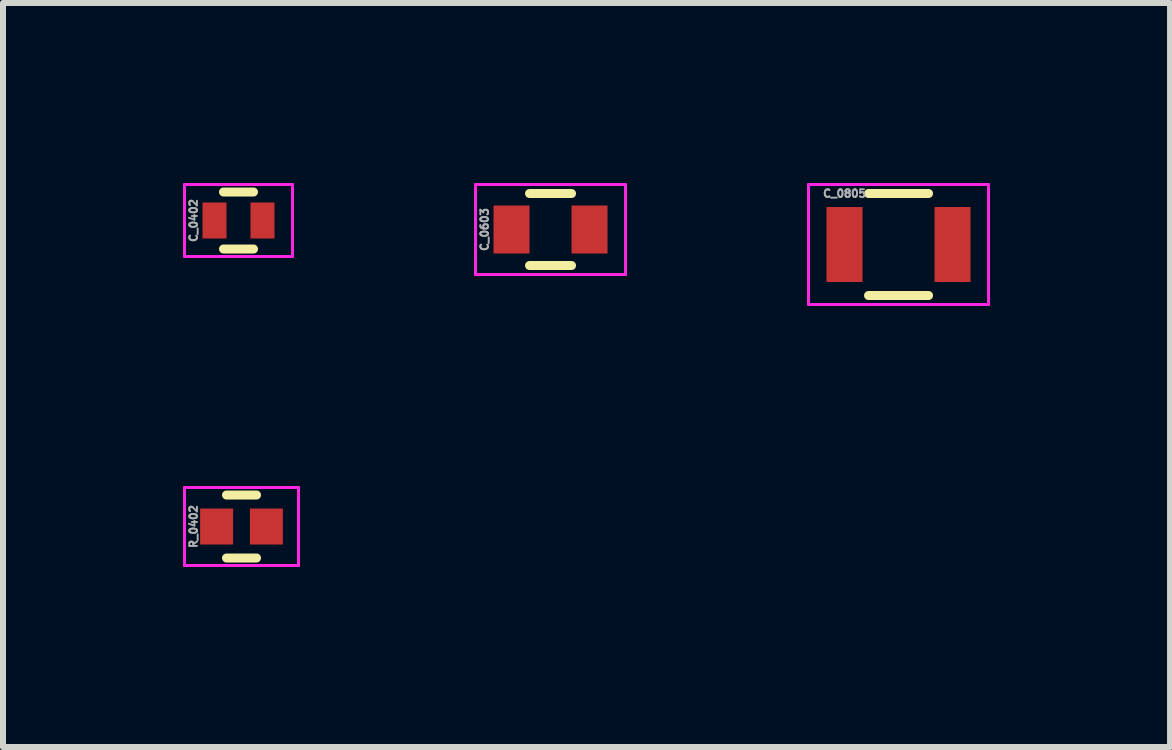
<source format=kicad_pcb>
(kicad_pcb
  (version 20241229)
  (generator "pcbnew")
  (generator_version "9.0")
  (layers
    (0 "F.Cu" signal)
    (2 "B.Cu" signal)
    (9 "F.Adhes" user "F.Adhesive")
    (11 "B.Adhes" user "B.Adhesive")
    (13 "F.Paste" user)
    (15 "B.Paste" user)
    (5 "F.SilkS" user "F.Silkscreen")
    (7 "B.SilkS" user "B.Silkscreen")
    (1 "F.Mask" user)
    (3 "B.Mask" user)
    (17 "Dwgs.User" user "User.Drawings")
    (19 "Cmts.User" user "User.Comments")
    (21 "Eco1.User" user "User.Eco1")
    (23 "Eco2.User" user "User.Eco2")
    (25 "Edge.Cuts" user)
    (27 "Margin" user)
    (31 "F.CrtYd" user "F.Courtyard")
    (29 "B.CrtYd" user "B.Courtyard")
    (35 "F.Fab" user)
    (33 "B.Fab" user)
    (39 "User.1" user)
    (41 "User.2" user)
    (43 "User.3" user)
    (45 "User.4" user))
  (footprint "C_0402"
    (layer "F.Cu")
    (at 0.925 0.625)
    (property "Reference" "C_0402" (at -0.75 0 270) (layer "F.Fab") (effects (font (size 0.127 0.127) (thickness 0.032))))
    (attr smd)
    (fp_line (start -0.25 0.475) (end 0.25 0.475) (stroke (width 0.15) (type solid)) (layer "F.SilkS"))
    (fp_line (start 0.25 -0.475) (end -0.25 -0.475) (stroke (width 0.15) (type solid)) (layer "F.SilkS"))
    (fp_line (start -0.9 -0.6) (end -0.9 0.6) (stroke (width 0.05) (type solid)) (layer "F.CrtYd"))
    (fp_line (start -0.9 -0.6) (end 0.9 -0.6) (stroke (width 0.05) (type solid)) (layer "F.CrtYd"))
    (fp_line (start -0.9 0.6) (end 0.9 0.6) (stroke (width 0.05) (type solid)) (layer "F.CrtYd"))
    (fp_line (start 0.9 -0.6) (end 0.9 0.6) (stroke (width 0.05) (type solid)) (layer "F.CrtYd"))
    (pad "1" smd rect (at -0.4 0) (size 0.4 0.6) (layers "F.Cu" "F.Mask" "F.Paste"))
    (pad "2" smd rect (at 0.4 0) (size 0.4 0.6) (layers "F.Cu" "F.Mask" "F.Paste")))
  (footprint "R_0402"
    (layer "F.Cu")
    (at 0.975 5.725)
    (property "Reference" "R_0402" (at -0.8 0 90) (layer "F.Fab") (effects (font (size 0.127 0.127) (thickness 0.032))))
    (attr smd)
    (fp_line (start -0.25 0.525) (end 0.25 0.525) (stroke (width 0.15) (type solid)) (layer "F.SilkS"))
    (fp_line (start 0.25 -0.525) (end -0.25 -0.525) (stroke (width 0.15) (type solid)) (layer "F.SilkS"))
    (fp_line (start -0.95 -0.65) (end -0.95 0.65) (stroke (width 0.05) (type solid)) (layer "F.CrtYd"))
    (fp_line (start -0.95 -0.65) (end 0.95 -0.65) (stroke (width 0.05) (type solid)) (layer "F.CrtYd"))
    (fp_line (start -0.95 0.65) (end 0.95 0.65) (stroke (width 0.05) (type solid)) (layer "F.CrtYd"))
    (fp_line (start 0.95 -0.65) (end 0.95 0.65) (stroke (width 0.05) (type solid)) (layer "F.CrtYd"))
    (pad "1" smd rect (at -0.415 0) (size 0.55 0.6) (layers "F.Cu" "F.Mask" "F.Paste"))
    (pad "2" smd rect (at 0.415 0) (size 0.55 0.6) (layers "F.Cu" "F.Mask" "F.Paste")))
  (footprint "C_0805"
    (layer "F.Cu")
    (at 11.925 1.025)
    (property "Reference" "C_0805" (at -0.9 -0.85 0) (layer "F.Fab") (effects (font (size 0.127 0.127) (thickness 0.032))))
    (attr smd)
    (fp_line (start -0.5 0.85) (end 0.5 0.85) (stroke (width 0.15) (type solid)) (layer "F.SilkS"))
    (fp_line (start 0.5 -0.85) (end -0.5 -0.85) (stroke (width 0.15) (type solid)) (layer "F.SilkS"))
    (fp_line (start -1.5 -1) (end -1.5 1) (stroke (width 0.05) (type solid)) (layer "F.CrtYd"))
    (fp_line (start -1.5 -1) (end 1.5 -1) (stroke (width 0.05) (type solid)) (layer "F.CrtYd"))
    (fp_line (start -1.5 1) (end 1.5 1) (stroke (width 0.05) (type solid)) (layer "F.CrtYd"))
    (fp_line (start 1.5 -1) (end 1.5 1) (stroke (width 0.05) (type solid)) (layer "F.CrtYd"))
    (pad "1" smd rect (at -0.9 0) (size 0.6 1.25) (layers "F.Cu" "F.Mask" "F.Paste"))
    (pad "2" smd rect (at 0.9 0) (size 0.6 1.25) (layers "F.Cu" "F.Mask" "F.Paste")))
  (footprint "C_0603"
    (layer "F.Cu")
    (at 6.125 0.775)
    (property "Reference" "C_0603" (at -1.1 0 90) (layer "F.Fab") (effects (font (size 0.127 0.127) (thickness 0.032))))
    (attr smd)
    (fp_line (start -0.35 -0.6) (end 0.35 -0.6) (stroke (width 0.15) (type solid)) (layer "F.SilkS"))
    (fp_line (start 0.35 0.6) (end -0.35 0.6) (stroke (width 0.15) (type solid)) (layer "F.SilkS"))
    (fp_line (start -1.25 -0.75) (end -1.25 0.75) (stroke (width 0.05) (type solid)) (layer "F.CrtYd"))
    (fp_line (start -1.25 -0.75) (end 1.25 -0.75) (stroke (width 0.05) (type solid)) (layer "F.CrtYd"))
    (fp_line (start -1.25 0.75) (end 1.25 0.75) (stroke (width 0.05) (type solid)) (layer "F.CrtYd"))
    (fp_line (start 1.25 -0.75) (end 1.25 0.75) (stroke (width 0.05) (type solid)) (layer "F.CrtYd"))
    (pad "1" smd rect (at -0.65 0) (size 0.6 0.8) (layers "F.Cu" "F.Mask" "F.Paste"))
    (pad "2" smd rect (at 0.65 0) (size 0.6 0.8) (layers "F.Cu" "F.Mask" "F.Paste")))
  (gr_rect
    (start -3 -3)
    (end 16.45 9.4)
    (stroke (width 0.1) (type default))
    (fill no)
    (layer "Edge.Cuts")))
</source>
